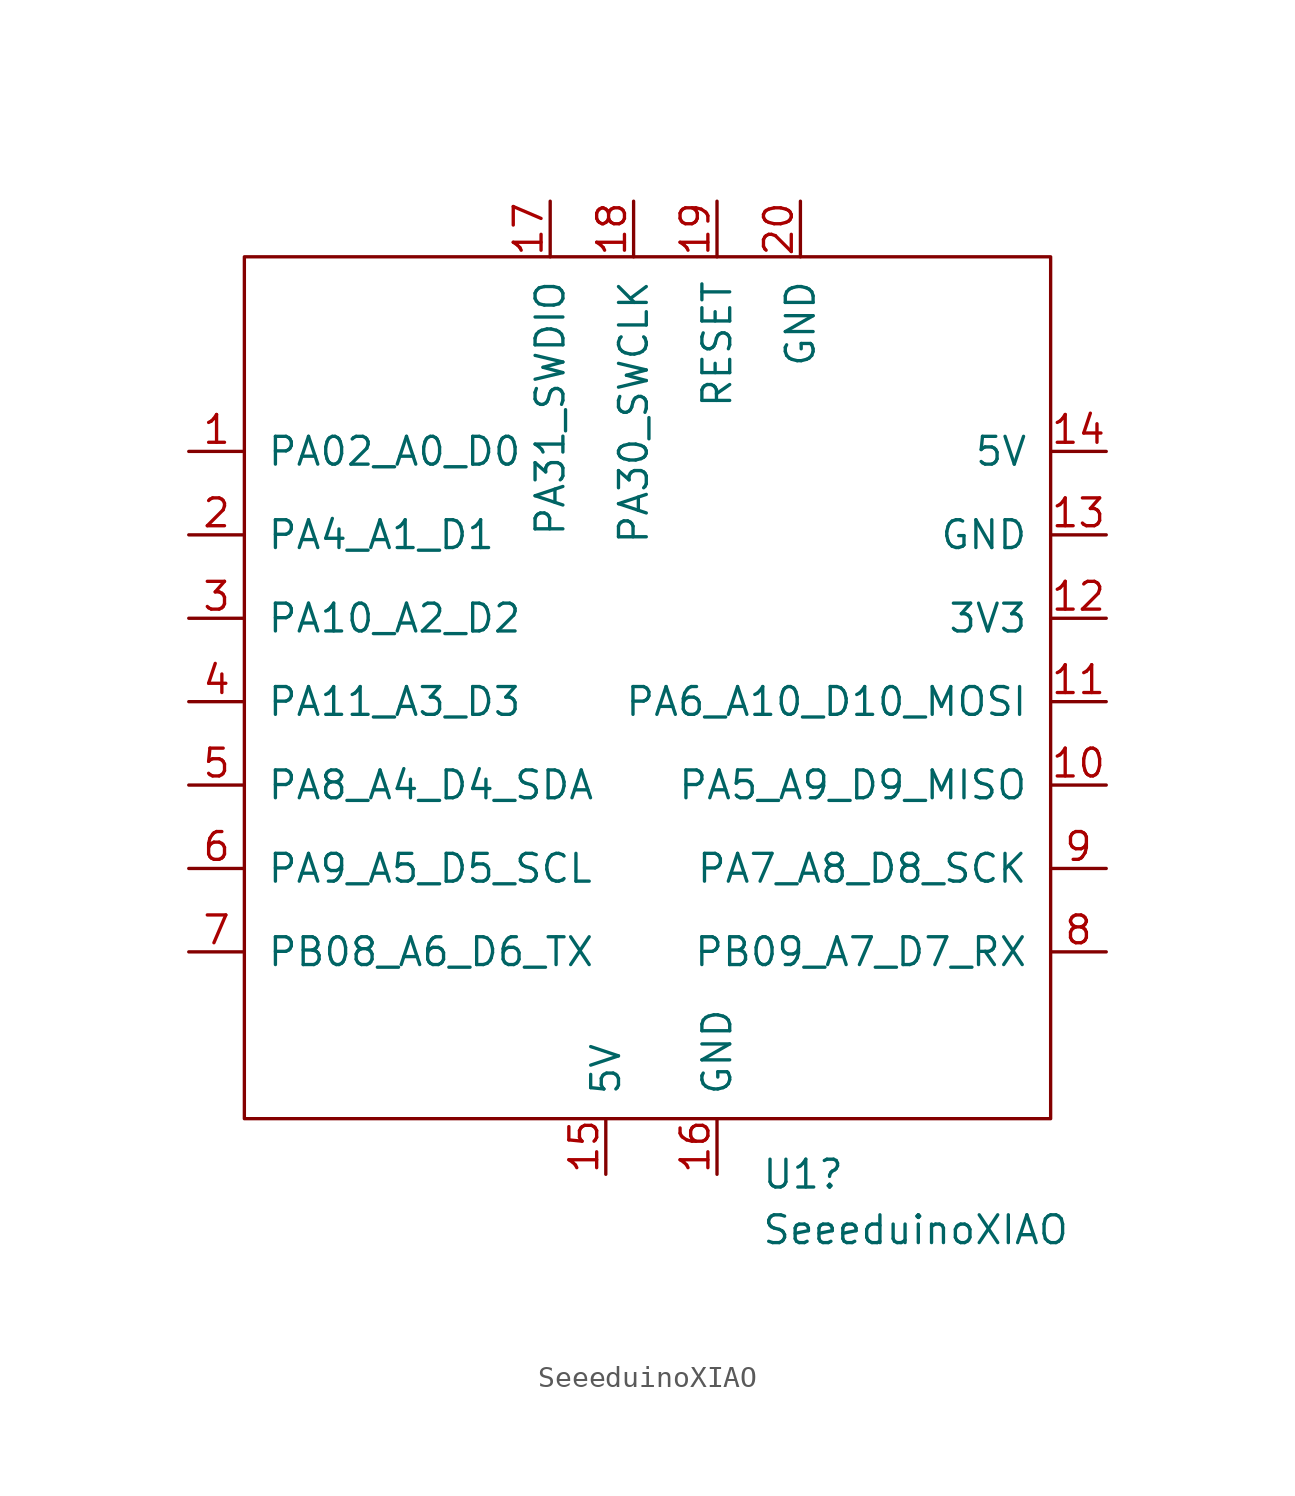
<source format=kicad_sym>
(kicad_symbol_lib
  (version 20211014)
  (generator kicad_symbol_editor)
  (symbol "SeeeduinoXIAO"
    (pin_names
      (offset 1.016))
    (property "Reference" "U1"
      (at 4.559 -21.59 0)
      (effects (font (size 1.27 1.27)) (justify left)))
    (property "Value" "SeeeduinoXIAO"
      (at 4.559 -24.13 0)
      (effects (font (size 1.27 1.27)) (justify left)))
    (symbol "SeeeduinoXIAO_0_1"
      (rectangle (start -19.05 20.32) (end 17.78 -19.05) (stroke (width 0) (type default) (color 0 0 0 0)) (fill (type none))))
    (symbol "SeeeduinoXIAO_1_1"
      (pin bidirectional line (at -21.59 11.43 0) (length 2.54) (name "PA02_A0_D0" (effects (font (size 1.27 1.27)))) (number "1" (effects (font (size 1.27 1.27)))))
      (pin bidirectional line (at 20.32 -3.81 180) (length 2.54) (name "PA5_A9_D9_MISO" (effects (font (size 1.27 1.27)))) (number "10" (effects (font (size 1.27 1.27)))))
      (pin bidirectional line (at 20.32 0 180) (length 2.54) (name "PA6_A10_D10_MOSI" (effects (font (size 1.27 1.27)))) (number "11" (effects (font (size 1.27 1.27)))))
      (pin power_in line (at 20.32 3.81 180) (length 2.54) (name "3V3" (effects (font (size 1.27 1.27)))) (number "12" (effects (font (size 1.27 1.27)))))
      (pin power_in line (at 20.32 7.62 180) (length 2.54) (name "GND" (effects (font (size 1.27 1.27)))) (number "13" (effects (font (size 1.27 1.27)))))
      (pin power_in line (at 20.32 11.43 180) (length 2.54) (name "5V" (effects (font (size 1.27 1.27)))) (number "14" (effects (font (size 1.27 1.27)))))
      (pin output line (at -2.54 -21.59 90) (length 2.54) (name "5V" (effects (font (size 1.27 1.27)))) (number "15" (effects (font (size 1.27 1.27)))))
      (pin power_in line (at 2.54 -21.59 90) (length 2.54) (name "GND" (effects (font (size 1.27 1.27)))) (number "16" (effects (font (size 1.27 1.27)))))
      (pin bidirectional line (at -5.08 22.86 270) (length 2.54) (name "PA31_SWDIO" (effects (font (size 1.27 1.27)))) (number "17" (effects (font (size 1.27 1.27)))))
      (pin bidirectional line (at -1.27 22.86 270) (length 2.54) (name "PA30_SWCLK" (effects (font (size 1.27 1.27)))) (number "18" (effects (font (size 1.27 1.27)))))
      (pin bidirectional line (at 2.54 22.86 270) (length 2.54) (name "RESET" (effects (font (size 1.27 1.27)))) (number "19" (effects (font (size 1.27 1.27)))))
      (pin bidirectional line (at -21.59 7.62 0) (length 2.54) (name "PA4_A1_D1" (effects (font (size 1.27 1.27)))) (number "2" (effects (font (size 1.27 1.27)))))
      (pin power_in line (at 6.35 22.86 270) (length 2.54) (name "GND" (effects (font (size 1.27 1.27)))) (number "20" (effects (font (size 1.27 1.27)))))
      (pin bidirectional line (at -21.59 3.81 0) (length 2.54) (name "PA10_A2_D2" (effects (font (size 1.27 1.27)))) (number "3" (effects (font (size 1.27 1.27)))))
      (pin bidirectional line (at -21.59 0 0) (length 2.54) (name "PA11_A3_D3" (effects (font (size 1.27 1.27)))) (number "4" (effects (font (size 1.27 1.27)))))
      (pin bidirectional line (at -21.59 -3.81 0) (length 2.54) (name "PA8_A4_D4_SDA" (effects (font (size 1.27 1.27)))) (number "5" (effects (font (size 1.27 1.27)))))
      (pin bidirectional line (at -21.59 -7.62 0) (length 2.54) (name "PA9_A5_D5_SCL" (effects (font (size 1.27 1.27)))) (number "6" (effects (font (size 1.27 1.27)))))
      (pin bidirectional line (at -21.59 -11.43 0) (length 2.54) (name "PB08_A6_D6_TX" (effects (font (size 1.27 1.27)))) (number "7" (effects (font (size 1.27 1.27)))))
      (pin bidirectional line (at 20.32 -11.43 180) (length 2.54) (name "PB09_A7_D7_RX" (effects (font (size 1.27 1.27)))) (number "8" (effects (font (size 1.27 1.27)))))
      (pin bidirectional line (at 20.32 -7.62 180) (length 2.54) (name "PA7_A8_D8_SCK" (effects (font (size 1.27 1.27)))) (number "9" (effects (font (size 1.27 1.27))))))))
</source>
